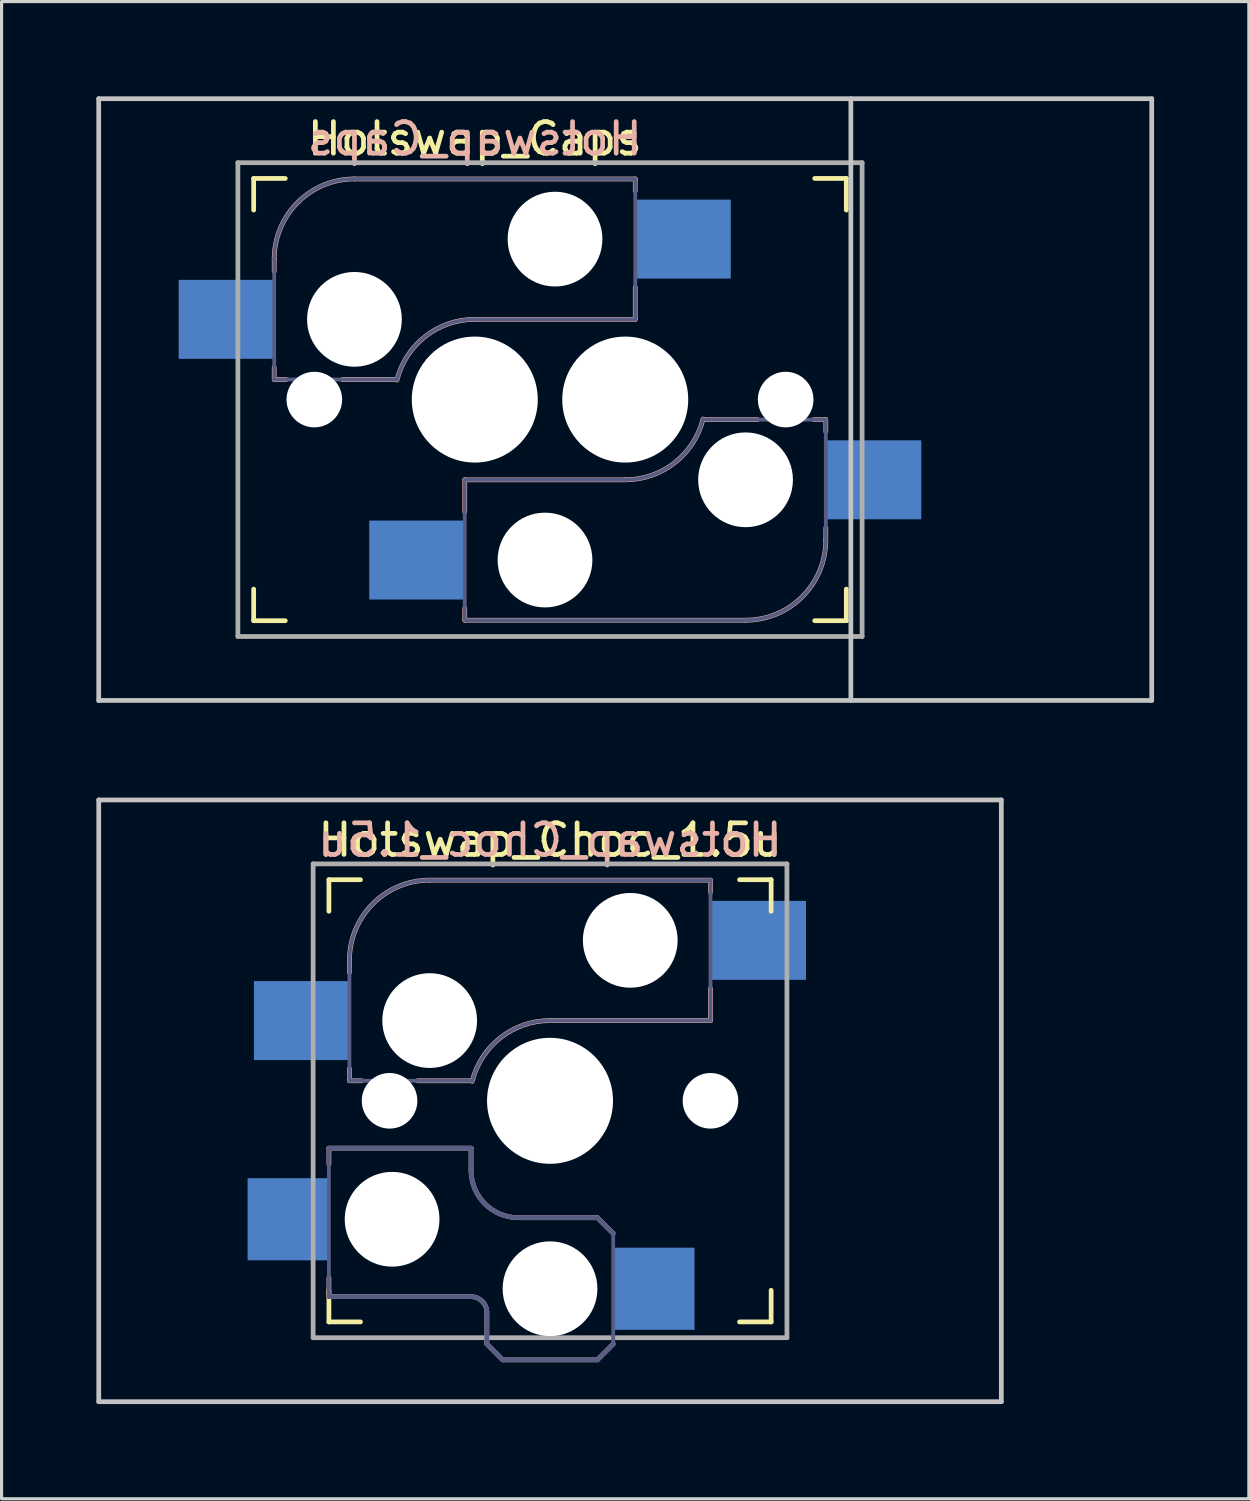
<source format=kicad_pcb>
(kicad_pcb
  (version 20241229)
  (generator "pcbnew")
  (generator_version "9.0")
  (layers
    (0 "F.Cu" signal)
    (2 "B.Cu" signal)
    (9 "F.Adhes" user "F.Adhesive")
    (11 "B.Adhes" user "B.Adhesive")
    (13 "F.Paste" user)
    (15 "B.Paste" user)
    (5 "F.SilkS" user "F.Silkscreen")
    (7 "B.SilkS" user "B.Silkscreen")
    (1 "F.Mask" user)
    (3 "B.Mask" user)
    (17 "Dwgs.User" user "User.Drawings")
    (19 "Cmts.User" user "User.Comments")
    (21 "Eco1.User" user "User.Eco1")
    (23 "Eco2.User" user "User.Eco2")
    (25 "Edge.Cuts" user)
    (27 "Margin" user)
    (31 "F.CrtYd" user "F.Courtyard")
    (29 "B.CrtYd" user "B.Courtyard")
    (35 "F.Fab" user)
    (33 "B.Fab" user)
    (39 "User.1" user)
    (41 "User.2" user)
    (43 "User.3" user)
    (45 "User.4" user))
  (footprint "Hotswap_Caps"
    (layer "F.Cu")
    (at 11.981 9.6)
    (property "Reference" "Hotswap_Caps" (at 0 -8.255 0) (layer "F.SilkS") (effects (font (size 1 1) (thickness 0.15))))
    (attr through_hole)
    (fp_line (start -7 -6) (end -7 -7) (stroke (width 0.15) (type solid)) (layer "F.SilkS"))
    (fp_line (start -7 7) (end -7 6) (stroke (width 0.15) (type solid)) (layer "F.SilkS"))
    (fp_line (start -7 7) (end -6 7) (stroke (width 0.15) (type solid)) (layer "F.SilkS"))
    (fp_line (start -6 -7) (end -7 -7) (stroke (width 0.15) (type solid)) (layer "F.SilkS"))
    (fp_line (start 10.762 7) (end 11.762 7) (stroke (width 0.15) (type solid)) (layer "F.SilkS"))
    (fp_line (start 11.762 -7) (end 10.762 -7) (stroke (width 0.15) (type solid)) (layer "F.SilkS"))
    (fp_line (start 11.762 -7) (end 11.762 -6) (stroke (width 0.15) (type solid)) (layer "F.SilkS"))
    (fp_line (start 11.762 6) (end 11.762 7) (stroke (width 0.15) (type solid)) (layer "F.SilkS"))
    (fp_line (start -6.35 -4.445) (end -6.35 -4.064) (stroke (width 0.15) (type solid)) (layer "B.SilkS"))
    (fp_line (start -6.35 -1.016) (end -6.35 -0.635) (stroke (width 0.15) (type solid)) (layer "B.SilkS"))
    (fp_line (start -6.35 -0.635) (end -5.969 -0.635) (stroke (width 0.15) (type solid)) (layer "B.SilkS"))
    (fp_line (start -4.191 -0.635) (end -2.54 -0.635) (stroke (width 0.15) (type solid)) (layer "B.SilkS"))
    (fp_line (start -0.318 2.54) (end -0.318 3.556) (stroke (width 0.15) (type solid)) (layer "B.SilkS"))
    (fp_line (start -0.318 6.604) (end -0.318 6.985) (stroke (width 0.15) (type solid)) (layer "B.SilkS"))
    (fp_line (start -0.318 6.985) (end 8.572 6.985) (stroke (width 0.15) (type solid)) (layer "B.SilkS"))
    (fp_line (start 0 -2.54) (end 5.08 -2.54) (stroke (width 0.15) (type solid)) (layer "B.SilkS"))
    (fp_line (start 4.763 2.54) (end -0.318 2.54) (stroke (width 0.15) (type solid)) (layer "B.SilkS"))
    (fp_line (start 5.08 -6.985) (end -3.81 -6.985) (stroke (width 0.15) (type solid)) (layer "B.SilkS"))
    (fp_line (start 5.08 -6.604) (end 5.08 -6.985) (stroke (width 0.15) (type solid)) (layer "B.SilkS"))
    (fp_line (start 5.08 -2.54) (end 5.08 -3.556) (stroke (width 0.15) (type solid)) (layer "B.SilkS"))
    (fp_line (start 8.954 0.635) (end 7.303 0.635) (stroke (width 0.15) (type solid)) (layer "B.SilkS"))
    (fp_line (start 11.113 0.635) (end 10.732 0.635) (stroke (width 0.15) (type solid)) (layer "B.SilkS"))
    (fp_line (start 11.113 1.016) (end 11.113 0.635) (stroke (width 0.15) (type solid)) (layer "B.SilkS"))
    (fp_line (start 11.113 4.445) (end 11.113 4.064) (stroke (width 0.15) (type solid)) (layer "B.SilkS"))
    (fp_arc (start -6.35 -4.445) (mid -5.606051 -6.241051) (end -3.81 -6.985) (stroke (width 0.15) (type solid)) (layer "B.SilkS"))
    (fp_arc (start -2.464162 -0.61604) (mid -1.563147 -2.002042) (end 0 -2.54) (stroke (width 0.15) (type solid)) (layer "B.SilkS"))
    (fp_arc (start 7.226662 0.61604) (mid 6.325647 2.002042) (end 4.7625 2.54) (stroke (width 0.15) (type solid)) (layer "B.SilkS"))
    (fp_arc (start 11.1125 4.445) (mid 10.368551 6.241051) (end 8.5725 6.985) (stroke (width 0.15) (type solid)) (layer "B.SilkS"))
    (fp_line (start -11.906 9.525) (end -11.906 -9.525) (stroke (width 0.15) (type solid)) (layer "Dwgs.User"))
    (fp_line (start 11.906 -9.525) (end 11.906 9.525) (stroke (width 0.15) (type solid)) (layer "Dwgs.User"))
    (fp_line (start 21.431 -9.525) (end -11.906 -9.525) (stroke (width 0.15) (type solid)) (layer "Dwgs.User"))
    (fp_line (start 21.431 -9.525) (end 21.431 9.525) (stroke (width 0.15) (type solid)) (layer "Dwgs.User"))
    (fp_line (start 21.431 9.525) (end -11.906 9.525) (stroke (width 0.15) (type solid)) (layer "Dwgs.User"))
    (fp_line (start -6.9 6.9) (end -6.9 -6.9) (stroke (width 0.15) (type solid)) (layer "Eco2.User"))
    (fp_line (start -6.9 6.9) (end 6.9 6.9) (stroke (width 0.15) (type solid)) (layer "Eco2.User"))
    (fp_line (start -2.138 6.9) (end 11.662 6.9) (stroke (width 0.15) (type solid)) (layer "Eco2.User"))
    (fp_line (start 6.9 -6.9) (end -6.9 -6.9) (stroke (width 0.15) (type solid)) (layer "Eco2.User"))
    (fp_line (start 11.662 -6.9) (end -2.138 -6.9) (stroke (width 0.15) (type solid)) (layer "Eco2.User"))
    (fp_line (start 11.662 -6.9) (end 11.662 6.9) (stroke (width 0.15) (type solid)) (layer "Eco2.User"))
    (fp_line (start -6.35 -4.445) (end -6.35 -0.635) (stroke (width 0.12) (type solid)) (layer "B.Fab"))
    (fp_line (start -6.35 -0.635) (end -2.54 -0.635) (stroke (width 0.12) (type solid)) (layer "B.Fab"))
    (fp_line (start -0.318 2.54) (end -0.318 6.985) (stroke (width 0.12) (type solid)) (layer "B.Fab"))
    (fp_line (start -0.318 6.985) (end 8.572 6.985) (stroke (width 0.12) (type solid)) (layer "B.Fab"))
    (fp_line (start 0 -2.54) (end 5.08 -2.54) (stroke (width 0.12) (type solid)) (layer "B.Fab"))
    (fp_line (start 4.763 2.54) (end -0.318 2.54) (stroke (width 0.12) (type solid)) (layer "B.Fab"))
    (fp_line (start 5.08 -6.985) (end -3.81 -6.985) (stroke (width 0.12) (type solid)) (layer "B.Fab"))
    (fp_line (start 5.08 -2.54) (end 5.08 -6.985) (stroke (width 0.12) (type solid)) (layer "B.Fab"))
    (fp_line (start 11.113 0.635) (end 7.303 0.635) (stroke (width 0.12) (type solid)) (layer "B.Fab"))
    (fp_line (start 11.113 4.445) (end 11.113 0.635) (stroke (width 0.12) (type solid)) (layer "B.Fab"))
    (fp_arc (start -6.35 -4.445) (mid -5.606051 -6.241051) (end -3.81 -6.985) (stroke (width 0.12) (type solid)) (layer "B.Fab"))
    (fp_arc (start -2.464162 -0.61604) (mid -1.563147 -2.002042) (end 0 -2.54) (stroke (width 0.12) (type solid)) (layer "B.Fab"))
    (fp_arc (start 7.226662 0.61604) (mid 6.325647 2.002042) (end 4.7625 2.54) (stroke (width 0.12) (type solid)) (layer "B.Fab"))
    (fp_arc (start 11.1125 4.445) (mid 10.368551 6.241051) (end 8.5725 6.985) (stroke (width 0.12) (type solid)) (layer "B.Fab"))
    (fp_line (start -7.5 -7.5) (end 12.262 -7.5) (stroke (width 0.15) (type solid)) (layer "F.Fab"))
    (fp_line (start -7.5 7.5) (end -7.5 -7.5) (stroke (width 0.15) (type solid)) (layer "F.Fab"))
    (fp_line (start 12.262 -7.5) (end 12.262 7.5) (stroke (width 0.15) (type solid)) (layer "F.Fab"))
    (fp_line (start 12.262 7.5) (end -7.5 7.5) (stroke (width 0.15) (type solid)) (layer "F.Fab"))
    (fp_text user "${REFERENCE}" (at 0 -8.255 0) (layer "B.SilkS") (effects (font (size 1 1) (thickness 0.15)) (justify mirror)))
    (pad "" np_thru_hole circle (at -5.08 0 180) (size 1.76 1.76) (drill 1.76) (layers "*.Cu" "*.Mask"))
    (pad "" np_thru_hole circle (at -3.81 -2.54 180) (size 3 3) (drill 3) (layers "*.Cu" "*.Mask"))
    (pad "" np_thru_hole circle (at 0 0 180) (size 3.988 3.988) (drill 3.988) (layers "*.Cu" "*.Mask"))
    (pad "" np_thru_hole circle (at 2.223 5.08) (size 3 3) (drill 3) (layers "*.Cu" "*.Mask"))
    (pad "" np_thru_hole circle (at 2.54 -5.08 180) (size 3 3) (drill 3) (layers "*.Cu" "*.Mask"))
    (pad "" np_thru_hole circle (at 4.763 0) (size 3.988 3.988) (drill 3.988) (layers "*.Cu" "*.Mask"))
    (pad "" np_thru_hole circle (at 8.572 2.54) (size 3 3) (drill 3) (layers "*.Cu" "*.Mask"))
    (pad "" np_thru_hole circle (at 9.842 0) (size 1.76 1.76) (drill 1.76) (layers "*.Cu" "*.Mask"))
    (pad "1" smd rect (at -7.874 -2.54 180) (size 3 2.5) (layers "B.Cu" "B.Mask" "B.Paste"))
    (pad "1" smd rect (at -1.841 5.08) (size 3 2.5) (layers "B.Cu" "B.Mask" "B.Paste"))
    (pad "2" smd rect (at 6.604 -5.08 180) (size 3 2.5) (layers "B.Cu" "B.Mask" "B.Paste"))
    (pad "2" smd rect (at 12.636 2.54) (size 3 2.5) (layers "B.Cu" "B.Mask" "B.Paste")))
  (footprint "Hotswap_Choc_1.5u"
    (layer "F.Cu")
    (at 14.363 31.8)
    (property "Reference" "Hotswap_Choc_1.5u" (at 0 -8.255 0) (layer "F.SilkS") (effects (font (size 1 1) (thickness 0.15))))
    (attr through_hole)
    (fp_line (start -7 -6) (end -7 -7) (stroke (width 0.15) (type solid)) (layer "F.SilkS"))
    (fp_line (start -7 7) (end -7 6) (stroke (width 0.15) (type solid)) (layer "F.SilkS"))
    (fp_line (start -7 7) (end -6 7) (stroke (width 0.15) (type solid)) (layer "F.SilkS"))
    (fp_line (start -6 -7) (end -7 -7) (stroke (width 0.15) (type solid)) (layer "F.SilkS"))
    (fp_line (start 6 7) (end 7 7) (stroke (width 0.15) (type solid)) (layer "F.SilkS"))
    (fp_line (start 7 -7) (end 6 -7) (stroke (width 0.15) (type solid)) (layer "F.SilkS"))
    (fp_line (start 7 -7) (end 7 -6) (stroke (width 0.15) (type solid)) (layer "F.SilkS"))
    (fp_line (start 7 6) (end 7 7) (stroke (width 0.15) (type solid)) (layer "F.SilkS"))
    (fp_line (start -7 1.5) (end -7 2) (stroke (width 0.15) (type solid)) (layer "B.SilkS"))
    (fp_line (start -7 5.6) (end -7 6.2) (stroke (width 0.15) (type solid)) (layer "B.SilkS"))
    (fp_line (start -7 6.2) (end -2.5 6.2) (stroke (width 0.15) (type solid)) (layer "B.SilkS"))
    (fp_line (start -6.35 -4.445) (end -6.35 -4.064) (stroke (width 0.15) (type solid)) (layer "B.SilkS"))
    (fp_line (start -6.35 -1.016) (end -6.35 -0.635) (stroke (width 0.15) (type solid)) (layer "B.SilkS"))
    (fp_line (start -6.35 -0.635) (end -5.969 -0.635) (stroke (width 0.15) (type solid)) (layer "B.SilkS"))
    (fp_line (start -4.191 -0.635) (end -2.54 -0.635) (stroke (width 0.15) (type solid)) (layer "B.SilkS"))
    (fp_line (start -2.5 1.5) (end -7 1.5) (stroke (width 0.15) (type solid)) (layer "B.SilkS"))
    (fp_line (start -2.5 2.2) (end -2.5 1.5) (stroke (width 0.15) (type solid)) (layer "B.SilkS"))
    (fp_line (start -2 6.7) (end -2 7.7) (stroke (width 0.15) (type solid)) (layer "B.SilkS"))
    (fp_line (start -1.5 8.2) (end -2 7.7) (stroke (width 0.15) (type solid)) (layer "B.SilkS"))
    (fp_line (start 0 -2.54) (end 5.08 -2.54) (stroke (width 0.15) (type solid)) (layer "B.SilkS"))
    (fp_line (start 1.5 3.7) (end -1 3.7) (stroke (width 0.15) (type solid)) (layer "B.SilkS"))
    (fp_line (start 1.5 8.2) (end -1.5 8.2) (stroke (width 0.15) (type solid)) (layer "B.SilkS"))
    (fp_line (start 2 4.2) (end 1.5 3.7) (stroke (width 0.15) (type solid)) (layer "B.SilkS"))
    (fp_line (start 2 7.7) (end 1.5 8.2) (stroke (width 0.15) (type solid)) (layer "B.SilkS"))
    (fp_line (start 5.08 -6.985) (end -3.81 -6.985) (stroke (width 0.15) (type solid)) (layer "B.SilkS"))
    (fp_line (start 5.08 -6.604) (end 5.08 -6.985) (stroke (width 0.15) (type solid)) (layer "B.SilkS"))
    (fp_line (start 5.08 -2.54) (end 5.08 -3.556) (stroke (width 0.15) (type solid)) (layer "B.SilkS"))
    (fp_arc (start -6.35 -4.445) (mid -5.606051 -6.241051) (end -3.81 -6.985) (stroke (width 0.15) (type solid)) (layer "B.SilkS"))
    (fp_arc (start -2.5 6.2) (mid -2.146447 6.346447) (end -2 6.7) (stroke (width 0.15) (type solid)) (layer "B.SilkS"))
    (fp_arc (start -2.464162 -0.61604) (mid -1.563147 -2.002042) (end 0 -2.54) (stroke (width 0.15) (type solid)) (layer "B.SilkS"))
    (fp_arc (start -1 3.7) (mid -2.06066 3.26066) (end -2.5 2.2) (stroke (width 0.15) (type solid)) (layer "B.SilkS"))
    (fp_line (start -14.287 -9.525) (end 14.287 -9.525) (stroke (width 0.15) (type solid)) (layer "Dwgs.User"))
    (fp_line (start -14.287 9.525) (end -14.287 -9.525) (stroke (width 0.15) (type solid)) (layer "Dwgs.User"))
    (fp_line (start -14.287 9.525) (end 14.287 9.525) (stroke (width 0.15) (type solid)) (layer "Dwgs.User"))
    (fp_line (start 14.287 -9.525) (end 14.287 9.525) (stroke (width 0.15) (type solid)) (layer "Dwgs.User"))
    (fp_line (start -6.9 6.9) (end -6.9 -6.9) (stroke (width 0.15) (type solid)) (layer "Eco2.User"))
    (fp_line (start -6.9 6.9) (end 6.9 6.9) (stroke (width 0.15) (type solid)) (layer "Eco2.User"))
    (fp_line (start 6.9 -6.9) (end -6.9 -6.9) (stroke (width 0.15) (type solid)) (layer "Eco2.User"))
    (fp_line (start 6.9 -6.9) (end 6.9 6.9) (stroke (width 0.15) (type solid)) (layer "Eco2.User"))
    (fp_line (start -7 1.5) (end -7 6.2) (stroke (width 0.12) (type solid)) (layer "B.Fab"))
    (fp_line (start -7 6.2) (end -2.5 6.2) (stroke (width 0.15) (type solid)) (layer "B.Fab"))
    (fp_line (start -6.35 -4.445) (end -6.35 -0.635) (stroke (width 0.12) (type solid)) (layer "B.Fab"))
    (fp_line (start -6.35 -0.635) (end -2.54 -0.635) (stroke (width 0.12) (type solid)) (layer "B.Fab"))
    (fp_line (start -2.5 1.5) (end -7 1.5) (stroke (width 0.15) (type solid)) (layer "B.Fab"))
    (fp_line (start -2.5 2.2) (end -2.5 1.5) (stroke (width 0.15) (type solid)) (layer "B.Fab"))
    (fp_line (start -2 6.7) (end -2 7.7) (stroke (width 0.15) (type solid)) (layer "B.Fab"))
    (fp_line (start -1.5 8.2) (end -2 7.7) (stroke (width 0.15) (type solid)) (layer "B.Fab"))
    (fp_line (start 0 -2.54) (end 5.08 -2.54) (stroke (width 0.12) (type solid)) (layer "B.Fab"))
    (fp_line (start 1.5 3.7) (end -1 3.7) (stroke (width 0.15) (type solid)) (layer "B.Fab"))
    (fp_line (start 1.5 8.2) (end -1.5 8.2) (stroke (width 0.15) (type solid)) (layer "B.Fab"))
    (fp_line (start 2 4.2) (end 1.5 3.7) (stroke (width 0.15) (type solid)) (layer "B.Fab"))
    (fp_line (start 2 4.25) (end 2 7.7) (stroke (width 0.12) (type solid)) (layer "B.Fab"))
    (fp_line (start 2 7.7) (end 1.5 8.2) (stroke (width 0.15) (type solid)) (layer "B.Fab"))
    (fp_line (start 5.08 -6.985) (end -3.81 -6.985) (stroke (width 0.12) (type solid)) (layer "B.Fab"))
    (fp_line (start 5.08 -2.54) (end 5.08 -6.985) (stroke (width 0.12) (type solid)) (layer "B.Fab"))
    (fp_arc (start -6.35 -4.445) (mid -5.606051 -6.241051) (end -3.81 -6.985) (stroke (width 0.12) (type solid)) (layer "B.Fab"))
    (fp_arc (start -2.5 6.2) (mid -2.146447 6.346447) (end -2 6.7) (stroke (width 0.15) (type solid)) (layer "B.Fab"))
    (fp_arc (start -2.464162 -0.61604) (mid -1.563147 -2.002042) (end 0 -2.54) (stroke (width 0.12) (type solid)) (layer "B.Fab"))
    (fp_arc (start -1 3.7) (mid -2.06066 3.26066) (end -2.5 2.2) (stroke (width 0.15) (type solid)) (layer "B.Fab"))
    (fp_line (start -7.5 -7.5) (end 7.5 -7.5) (stroke (width 0.15) (type solid)) (layer "F.Fab"))
    (fp_line (start -7.5 7.5) (end -7.5 -7.5) (stroke (width 0.15) (type solid)) (layer "F.Fab"))
    (fp_line (start 7.5 -7.5) (end 7.5 7.5) (stroke (width 0.15) (type solid)) (layer "F.Fab"))
    (fp_line (start 7.5 7.5) (end -7.5 7.5) (stroke (width 0.15) (type solid)) (layer "F.Fab"))
    (fp_text user "${REFERENCE}" (at 0 -8.255 0) (layer "B.SilkS") (effects (font (size 1 1) (thickness 0.15)) (justify mirror)))
    (pad "" np_thru_hole circle (at -5.08 0 180) (size 1.76 1.76) (drill 1.76) (layers "*.Cu" "*.Mask"))
    (pad "" np_thru_hole circle (at -5 3.75) (size 3 3) (drill 3) (layers "*.Cu" "*.Mask"))
    (pad "" np_thru_hole circle (at -3.81 -2.54 180) (size 3 3) (drill 3) (layers "*.Cu" "*.Mask"))
    (pad "" np_thru_hole circle (at 0 0 180) (size 3.988 3.988) (drill 3.988) (layers "*.Cu" "*.Mask"))
    (pad "" np_thru_hole circle (at 0 5.95) (size 3 3) (drill 3) (layers "*.Cu" "*.Mask"))
    (pad "" np_thru_hole circle (at 2.54 -5.08 180) (size 3 3) (drill 3) (layers "*.Cu" "*.Mask"))
    (pad "" np_thru_hole circle (at 5.08 0 180) (size 1.76 1.76) (drill 1.76) (layers "*.Cu" "*.Mask"))
    (pad "1" smd rect (at -8.275 3.75) (size 2.6 2.6) (layers "B.Cu" "B.Mask" "B.Paste"))
    (pad "1" smd rect (at -7.874 -2.54 180) (size 3 2.5) (layers "B.Cu" "B.Mask" "B.Paste"))
    (pad "2" smd rect (at 3.275 5.95) (size 2.6 2.6) (layers "B.Cu" "B.Mask" "B.Paste"))
    (pad "2" smd rect (at 6.604 -5.08 180) (size 3 2.5) (layers "B.Cu" "B.Mask" "B.Paste")))
  (gr_rect
    (start -3 -3)
    (end 36.487 44.4)
    (stroke (width 0.1) (type default))
    (fill no)
    (layer "Edge.Cuts")))
</source>
